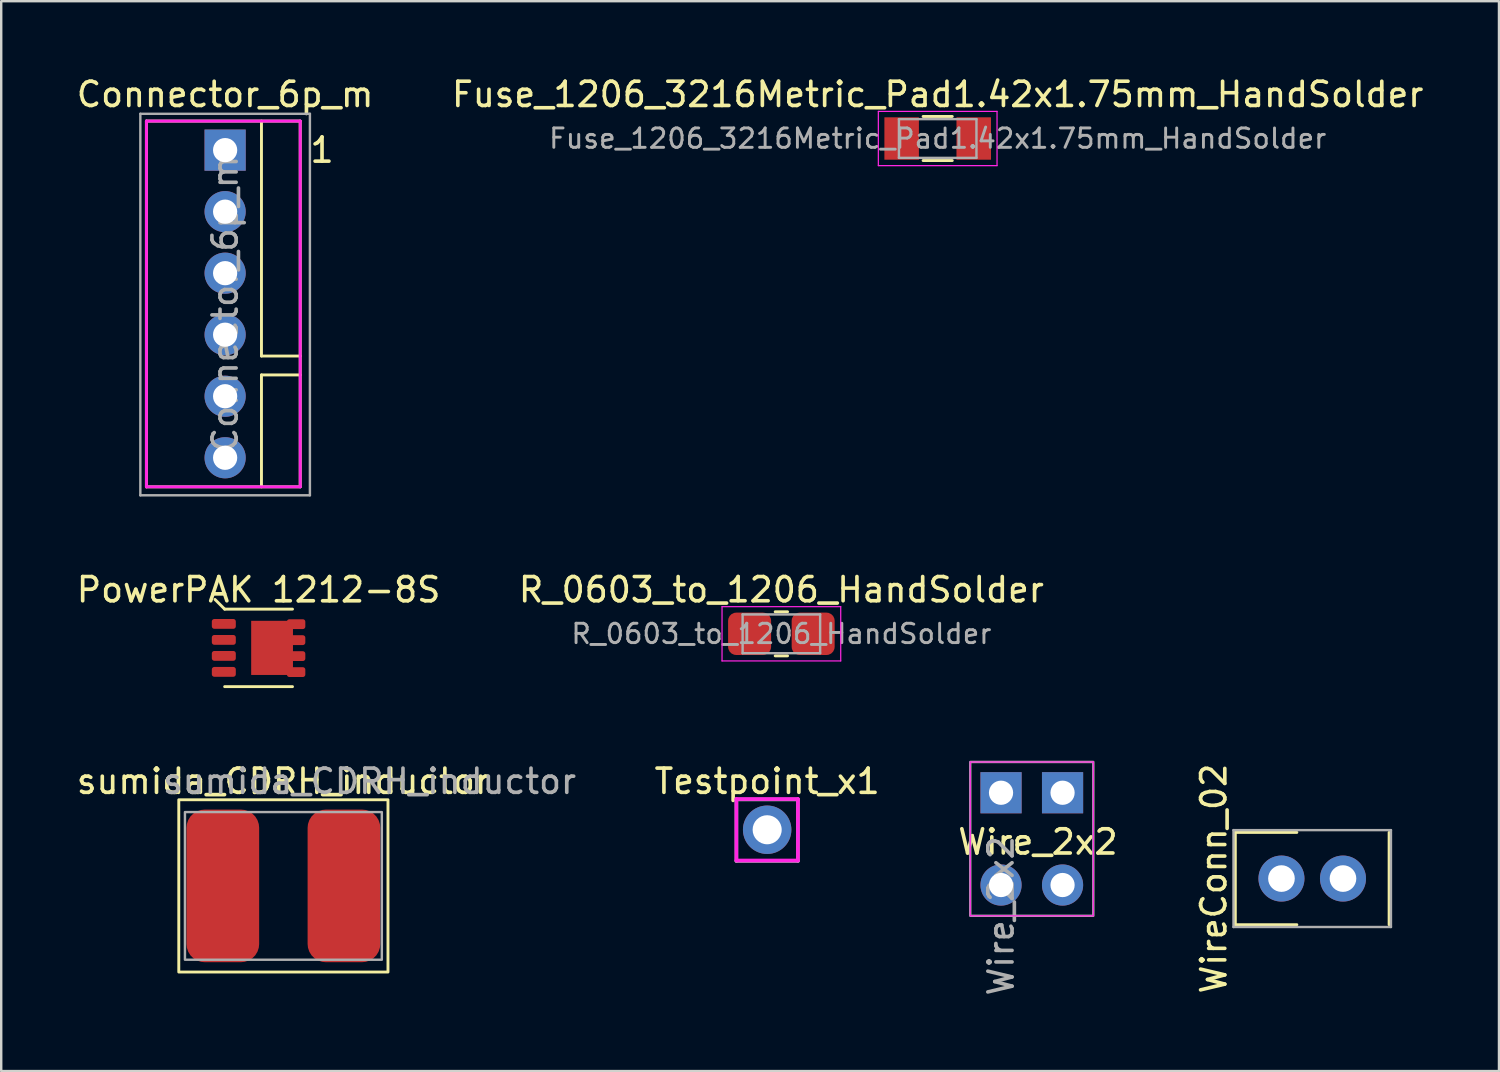
<source format=kicad_pcb>
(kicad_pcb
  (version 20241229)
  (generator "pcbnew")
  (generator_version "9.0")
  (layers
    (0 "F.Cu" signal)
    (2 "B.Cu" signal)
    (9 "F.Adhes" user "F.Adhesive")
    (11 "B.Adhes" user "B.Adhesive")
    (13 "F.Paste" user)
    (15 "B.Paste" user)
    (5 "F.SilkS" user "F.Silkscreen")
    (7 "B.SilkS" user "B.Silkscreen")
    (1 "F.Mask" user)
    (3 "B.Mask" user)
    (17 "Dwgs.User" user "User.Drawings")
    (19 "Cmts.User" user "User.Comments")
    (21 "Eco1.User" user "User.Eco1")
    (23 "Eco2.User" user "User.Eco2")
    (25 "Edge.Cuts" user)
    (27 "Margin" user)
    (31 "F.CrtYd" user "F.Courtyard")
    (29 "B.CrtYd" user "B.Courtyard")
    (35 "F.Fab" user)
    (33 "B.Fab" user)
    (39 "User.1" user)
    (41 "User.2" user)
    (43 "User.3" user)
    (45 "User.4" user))
  (footprint "Testpoint_x1"
    (layer "F.Cu")
    (at 28.621 31.205)
    (property "Reference" "Testpoint_x1" (at 0 -2 0) (layer "F.SilkS") (effects (font (size 1 1) (thickness 0.15))))
    (attr through_hole)
    (fp_line (start -1.27 -1.27) (end -1.27 1.27) (stroke (width 0.15) (type solid)) (layer "F.CrtYd"))
    (fp_line (start -1.27 1.27) (end 1.27 1.27) (stroke (width 0.15) (type solid)) (layer "F.CrtYd"))
    (fp_line (start 1.27 -1.27) (end -1.27 -1.27) (stroke (width 0.15) (type solid)) (layer "F.CrtYd"))
    (fp_line (start 1.27 1.27) (end 1.27 -1.27) (stroke (width 0.15) (type solid)) (layer "F.CrtYd"))
    (fp_line (start -1.27 -1.25) (end -1.27 1.29) (stroke (width 0.15) (type solid)) (layer "F.Fab"))
    (fp_line (start -1.27 1.29) (end 1.27 1.29) (stroke (width 0.15) (type solid)) (layer "F.Fab"))
    (fp_line (start 1.27 -1.25) (end -1.27 -1.25) (stroke (width 0.15) (type solid)) (layer "F.Fab"))
    (fp_line (start 1.27 1.29) (end 1.27 -1.25) (stroke (width 0.15) (type solid)) (layer "F.Fab"))
    (pad "1" thru_hole circle (at 0 0) (size 2 2) (drill 1.2) (layers "*.Cu" "*.Mask")))
  (footprint "PowerPAK 1212-8S"
    (layer "F.Cu")
    (at 7.625 23.697)
    (property "Reference" "PowerPAK 1212-8S" (at 0 -2.4 0) (unlocked yes) (layer "F.SilkS") (effects (font (size 1 1) (thickness 0.15))))
    (attr smd)
    (fp_line (start -1.4 -1.6) (end -1.8 -2) (stroke (width 0.12) (type solid)) (layer "F.SilkS"))
    (fp_line (start -1.4 -1.6) (end 1.4 -1.6) (stroke (width 0.12) (type solid)) (layer "F.SilkS"))
    (fp_line (start -1.4 1.6) (end 1.4 1.6) (stroke (width 0.12) (type solid)) (layer "F.SilkS"))
    (pad "1" smd roundrect (at -1.435 -0.99) (size 0.99 0.405) (layers "F.Cu" "F.Mask" "F.Paste") (roundrect_rratio 0.25))
    (pad "1" smd roundrect (at -1.435 -0.33) (size 0.99 0.405) (layers "F.Cu" "F.Mask" "F.Paste") (roundrect_rratio 0.25))
    (pad "1" smd roundrect (at -1.435 0.33) (size 0.99 0.405) (layers "F.Cu" "F.Mask" "F.Paste") (roundrect_rratio 0.25))
    (pad "2" smd roundrect (at -1.435 0.99) (size 0.99 0.405) (layers "F.Cu" "F.Mask" "F.Paste") (roundrect_rratio 0.25))
    (pad "3" smd rect (at 0.557 0) (size 1.725 2.235) (layers "F.Cu" "F.Mask" "F.Paste"))
    (pad "3" smd roundrect (at 1.55 -0.98) (size 0.76 0.405) (layers "F.Cu" "F.Mask" "F.Paste") (roundrect_rratio 0.25))
    (pad "3" smd roundrect (at 1.55 -0.32) (size 0.76 0.405) (layers "F.Cu" "F.Mask" "F.Paste") (roundrect_rratio 0.25))
    (pad "3" smd roundrect (at 1.55 0.34) (size 0.76 0.405) (layers "F.Cu" "F.Mask" "F.Paste") (roundrect_rratio 0.25))
    (pad "3" smd roundrect (at 1.55 1) (size 0.76 0.405) (layers "F.Cu" "F.Mask" "F.Paste") (roundrect_rratio 0.25)))
  (footprint "Connector_6p_m"
    (layer "F.Cu")
    (at 6.244 3.148)
    (property "Reference" "Connector_6p_m" (at 0 -2.3 0) (layer "F.SilkS") (effects (font (size 1 1) (thickness 0.15))))
    (attr through_hole)
    (fp_line (start -3.25 -1.2) (end 3.1 -1.2) (stroke (width 0.12) (type solid)) (layer "F.SilkS"))
    (fp_line (start -3.25 13.9) (end -3.25 -1.2) (stroke (width 0.12) (type solid)) (layer "F.SilkS"))
    (fp_line (start -3.25 13.9) (end 3.1 13.9) (stroke (width 0.12) (type solid)) (layer "F.SilkS"))
    (fp_line (start 1.5 -1.2) (end 1.5 8.5) (stroke (width 0.12) (type solid)) (layer "F.SilkS"))
    (fp_line (start 1.5 8.5) (end 3.1 8.5) (stroke (width 0.12) (type solid)) (layer "F.SilkS"))
    (fp_line (start 1.5 9.28) (end 1.5 13.9) (stroke (width 0.12) (type solid)) (layer "F.SilkS"))
    (fp_line (start 1.5 9.28) (end 3.1 9.28) (stroke (width 0.12) (type solid)) (layer "F.SilkS"))
    (fp_line (start 3.1 -1.2) (end 3.1 13.9) (stroke (width 0.12) (type solid)) (layer "F.SilkS"))
    (fp_line (start -3.25 -1.2) (end 3.1 -1.2) (stroke (width 0.12) (type solid)) (layer "F.CrtYd"))
    (fp_line (start -3.25 13.9) (end -3.25 -1.2) (stroke (width 0.12) (type solid)) (layer "F.CrtYd"))
    (fp_line (start -3.25 13.9) (end 3.1 13.9) (stroke (width 0.12) (type solid)) (layer "F.CrtYd"))
    (fp_line (start 3.1 -1.2) (end 3.1 13.9) (stroke (width 0.12) (type solid)) (layer "F.CrtYd"))
    (fp_line (start -3.5 -1.5) (end 3.5 -1.5) (stroke (width 0.1) (type solid)) (layer "F.Fab"))
    (fp_line (start -3.5 14.25) (end -3.5 -1.5) (stroke (width 0.1) (type solid)) (layer "F.Fab"))
    (fp_line (start 3.5 -1.5) (end 3.5 14.25) (stroke (width 0.1) (type solid)) (layer "F.Fab"))
    (fp_line (start 3.5 14.25) (end -3.5 14.25) (stroke (width 0.1) (type solid)) (layer "F.Fab"))
    (fp_text user "1" (at 4 0 0) (unlocked yes) (layer "F.SilkS") (effects (font (size 1 1) (thickness 0.15))))
    (fp_text user "${REFERENCE}" (at 0 6.35 90) (layer "F.Fab") (effects (font (size 1 1) (thickness 0.15))))
    (pad "1" thru_hole rect (at 0 0) (size 1.7 1.7) (drill 1) (layers "*.Cu" "*.Mask"))
    (pad "2" thru_hole oval (at 0 2.54) (size 1.7 1.7) (drill 1) (layers "*.Cu" "*.Mask"))
    (pad "3" thru_hole oval (at 0 5.08) (size 1.7 1.7) (drill 1) (layers "*.Cu" "*.Mask"))
    (pad "4" thru_hole oval (at 0 7.62) (size 1.7 1.7) (drill 1) (layers "*.Cu" "*.Mask"))
    (pad "5" thru_hole oval (at 0 10.16) (size 1.7 1.7) (drill 1) (layers "*.Cu" "*.Mask"))
    (pad "6" thru_hole oval (at 0 12.7) (size 1.7 1.7) (drill 1) (layers "*.Cu" "*.Mask")))
  (footprint "R_0603_to_1206_HandSolder"
    (layer "F.Cu")
    (at 29.208 23.116)
    (property "Reference" "R_0603_to_1206_HandSolder" (at 0 -1.82 0) (layer "F.SilkS") (effects (font (size 1 1) (thickness 0.15))))
    (attr smd)
    (fp_line (start -0.255 -0.91) (end 0.255 -0.91) (stroke (width 0.12) (type solid)) (layer "F.SilkS"))
    (fp_line (start -0.255 0.91) (end 0.255 0.91) (stroke (width 0.12) (type solid)) (layer "F.SilkS"))
    (fp_line (start -2.45 -1.12) (end 2.45 -1.12) (stroke (width 0.05) (type solid)) (layer "F.CrtYd"))
    (fp_line (start -2.45 1.12) (end -2.45 -1.12) (stroke (width 0.05) (type solid)) (layer "F.CrtYd"))
    (fp_line (start 2.45 -1.12) (end 2.45 1.12) (stroke (width 0.05) (type solid)) (layer "F.CrtYd"))
    (fp_line (start 2.45 1.12) (end -2.45 1.12) (stroke (width 0.05) (type solid)) (layer "F.CrtYd"))
    (fp_line (start -1.6 -0.8) (end 1.6 -0.8) (stroke (width 0.1) (type solid)) (layer "F.Fab"))
    (fp_line (start -1.6 0.8) (end -1.6 -0.8) (stroke (width 0.1) (type solid)) (layer "F.Fab"))
    (fp_line (start 1.6 -0.8) (end 1.6 0.8) (stroke (width 0.1) (type solid)) (layer "F.Fab"))
    (fp_line (start 1.6 0.8) (end -1.6 0.8) (stroke (width 0.1) (type solid)) (layer "F.Fab"))
    (fp_text user "${REFERENCE}" (at 0 0 0) (layer "F.Fab") (effects (font (size 0.8 0.8) (thickness 0.12))))
    (pad "1" smd roundrect (at -1.312 0) (size 1.775 1.75) (layers "F.Cu" "F.Mask" "F.Paste") (roundrect_rratio 0.192))
    (pad "2" smd roundrect (at 1.312 0) (size 1.775 1.75) (layers "F.Cu" "F.Mask" "F.Paste") (roundrect_rratio 0.192)))
  (footprint "Wire_2x2"
    (layer "F.Cu")
    (at 38.276 30.947)
    (property "Reference" "Wire_2x2" (at 1.524 0.762 0) (layer "F.SilkS") (effects (font (size 1 1) (thickness 0.15))))
    (attr through_hole)
    (fp_line (start -1.27 -2.54) (end -1.27 3.81) (stroke (width 0.05) (type solid)) (layer "F.CrtYd"))
    (fp_line (start -1.27 3.81) (end 3.81 3.81) (stroke (width 0.05) (type solid)) (layer "F.CrtYd"))
    (fp_line (start 3.81 -2.54) (end -1.27 -2.54) (stroke (width 0.05) (type solid)) (layer "F.CrtYd"))
    (fp_line (start 3.81 3.81) (end 3.81 -2.54) (stroke (width 0.05) (type solid)) (layer "F.CrtYd"))
    (fp_rect (start -1.27 -2.54) (end 3.81 3.81) (stroke (width 0.1) (type solid)) (fill no) (layer "F.Fab"))
    (fp_text user "${REFERENCE}" (at 0 3.81 90) (layer "F.Fab") (effects (font (size 1 1) (thickness 0.15))))
    (pad "1" thru_hole rect (at 0 -1.27) (size 1.7 1.7) (drill 1) (layers "*.Cu" "*.Mask"))
    (pad "1" thru_hole rect (at 2.54 -1.27) (size 1.7 1.7) (drill 1) (layers "*.Cu" "*.Mask"))
    (pad "2" thru_hole oval (at 0 2.54) (size 1.7 1.7) (drill 1) (layers "*.Cu" "*.Mask"))
    (pad "2" thru_hole oval (at 2.54 2.54) (size 1.7 1.7) (drill 1) (layers "*.Cu" "*.Mask")))
  (footprint "sumida_CDRH_inductor"
    (layer "F.Cu")
    (at 8.649 33.523)
    (property "Reference" "sumida_CDRH_inductor" (at 0 -4.318 0) (unlocked yes) (layer "F.SilkS") (effects (font (size 1 1) (thickness 0.15))))
    (attr smd)
    (fp_rect (start -4.318 -3.556) (end 4.318 3.556) (stroke (width 0.12) (type solid)) (fill no) (layer "F.SilkS"))
    (fp_rect (start -4.064 -3.048) (end 4.064 3.048) (stroke (width 0.1) (type solid)) (fill no) (layer "F.Fab"))
    (fp_text user "${REFERENCE}" (at 3.556 -4.318 0) (unlocked yes) (layer "F.Fab") (effects (font (size 1 1) (thickness 0.15))))
    (pad "1" smd roundrect (at -2.5 0) (size 3 6.3) (layers "F.Cu" "F.Mask" "F.Paste") (roundrect_rratio 0.25))
    (pad "2" smd roundrect (at 2.5 0) (size 3 6.3) (layers "F.Cu" "F.Mask" "F.Paste") (roundrect_rratio 0.25)))
  (footprint "WireConn_02"
    (layer "F.Cu")
    (at 51.123 33.22)
    (property "Reference" "WireConn_02" (at -4.064 0 90) (layer "F.SilkS") (effects (font (size 1 1) (thickness 0.15))))
    (attr through_hole)
    (fp_line (start -3.175 -1.905) (end -0.635 -1.905) (stroke (width 0.12) (type solid)) (layer "F.SilkS"))
    (fp_line (start -3.175 1.905) (end -3.175 -1.905) (stroke (width 0.12) (type solid)) (layer "F.SilkS"))
    (fp_line (start -3.175 1.905) (end -0.635 1.905) (stroke (width 0.12) (type solid)) (layer "F.SilkS"))
    (fp_line (start 3.175 -1.905) (end 3.175 1.905) (stroke (width 0.12) (type solid)) (layer "F.SilkS"))
    (fp_line (start -3.25 -2) (end 3.25 -2) (stroke (width 0.1) (type solid)) (layer "F.Fab"))
    (fp_line (start -3.25 2) (end -3.25 -2) (stroke (width 0.1) (type solid)) (layer "F.Fab"))
    (fp_line (start 3.25 -2) (end 3.25 2) (stroke (width 0.1) (type solid)) (layer "F.Fab"))
    (fp_line (start 3.25 2) (end -3.25 2) (stroke (width 0.1) (type solid)) (layer "F.Fab"))
    (pad "1" thru_hole circle (at -1.27 0) (size 1.9 1.9) (drill 1.1) (layers "*.Cu" "*.Mask"))
    (pad "2" thru_hole circle (at 1.27 0) (size 1.9 1.9) (drill 1.1) (layers "*.Cu" "*.Mask")))
  (footprint "Fuse_1206_3216Metric_Pad1.42x1.75mm_HandSolder"
    (layer "F.Cu")
    (at 35.661 2.668)
    (property "Reference" "Fuse_1206_3216Metric_Pad1.42x1.75mm_HandSolder" (at 0 -1.82 0) (layer "F.SilkS") (effects (font (size 1 1) (thickness 0.15))))
    (attr smd)
    (fp_line (start -0.602 -0.91) (end 0.602 -0.91) (stroke (width 0.12) (type solid)) (layer "F.SilkS"))
    (fp_line (start -0.602 0.91) (end 0.602 0.91) (stroke (width 0.12) (type solid)) (layer "F.SilkS"))
    (fp_line (start -2.45 -1.12) (end 2.45 -1.12) (stroke (width 0.05) (type solid)) (layer "F.CrtYd"))
    (fp_line (start -2.45 1.12) (end -2.45 -1.12) (stroke (width 0.05) (type solid)) (layer "F.CrtYd"))
    (fp_line (start 2.45 -1.12) (end 2.45 1.12) (stroke (width 0.05) (type solid)) (layer "F.CrtYd"))
    (fp_line (start 2.45 1.12) (end -2.45 1.12) (stroke (width 0.05) (type solid)) (layer "F.CrtYd"))
    (fp_line (start -1.6 -0.8) (end 1.6 -0.8) (stroke (width 0.1) (type solid)) (layer "F.Fab"))
    (fp_line (start -1.6 0.8) (end -1.6 -0.8) (stroke (width 0.1) (type solid)) (layer "F.Fab"))
    (fp_line (start 1.6 -0.8) (end 1.6 0.8) (stroke (width 0.1) (type solid)) (layer "F.Fab"))
    (fp_line (start 1.6 0.8) (end -1.6 0.8) (stroke (width 0.1) (type solid)) (layer "F.Fab"))
    (fp_text user "${REFERENCE}" (at 0 0 0) (layer "F.Fab") (effects (font (size 0.8 0.8) (thickness 0.12))))
    (pad "1" smd rect (at -1.488 0) (size 1.425 1.75) (layers "F.Cu" "F.Mask" "F.Paste"))
    (pad "2" smd rect (at 1.488 0) (size 1.425 1.75) (layers "F.Cu" "F.Mask" "F.Paste")))
  (gr_rect
    (start -3 -3)
    (end 58.833 41.167)
    (stroke (width 0.1) (type default))
    (fill no)
    (layer "Edge.Cuts")))
</source>
